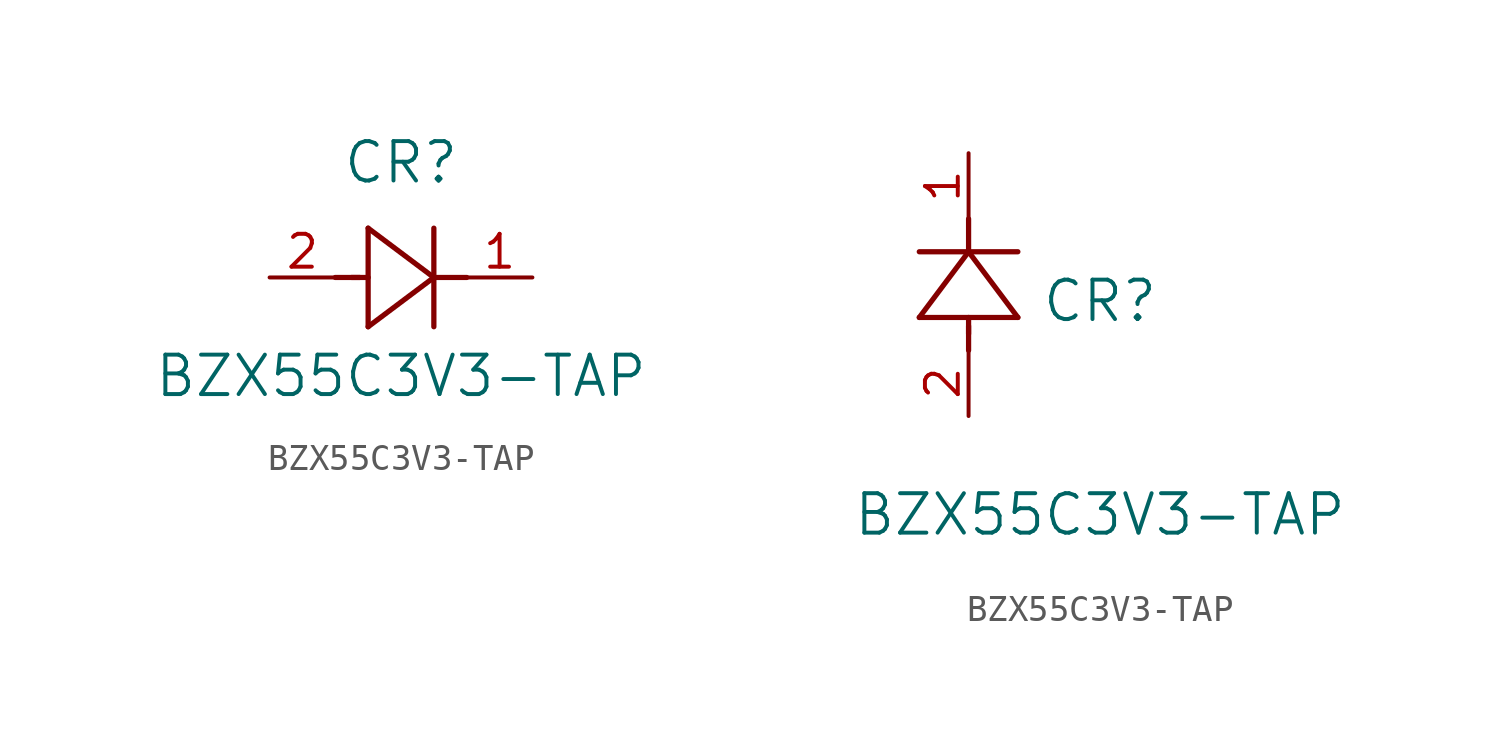
<source format=kicad_sym>
(kicad_symbol_lib
  (version 20211014)
  (generator kicad_symbol_editor)
  (symbol "BZX55C3V3-TAP"
    (pin_names
      (offset 0.254))
    (property "Reference" "CR"
      (at 5.08 4.445 0)
      (effects (font (size 1.524 1.524))))
    (property "Value" "BZX55C3V3-TAP"
      (at 5.08 -3.81 0)
      (effects (font (size 1.524 1.524))))
    (symbol "BZX55C3V3-TAP_1_1"
      (polyline (pts (xy 2.54 0) (xy 3.48 0)) (stroke (width 0.203) (type default) (color 0 0 0 0)) (fill (type none)))
      (polyline (pts (xy 3.81 1.905) (xy 3.81 -1.905)) (stroke (width 0.203) (type default) (color 0 0 0 0)) (fill (type none)))
      (polyline (pts (xy 3.175 0) (xy 3.81 0)) (stroke (width 0.203) (type default) (color 0 0 0 0)) (fill (type none)))
      (polyline (pts (xy 6.35 -1.905) (xy 6.35 1.905)) (stroke (width 0.203) (type default) (color 0 0 0 0)) (fill (type none)))
      (polyline (pts (xy 6.35 0) (xy 7.62 0)) (stroke (width 0.203) (type default) (color 0 0 0 0)) (fill (type none)))
      (polyline (pts (xy 6.35 0) (xy 3.81 1.905)) (stroke (width 0.203) (type default) (color 0 0 0 0)) (fill (type none)))
      (polyline (pts (xy 3.81 -1.905) (xy 6.35 0)) (stroke (width 0.203) (type default) (color 0 0 0 0)) (fill (type none)))
      (pin unspecified line (at 0 0 0) (length 2.54) (name "" (effects (font (size 1.27 1.27)))) (number "2" (effects (font (size 1.27 1.27)))))
      (pin unspecified line (at 10.16 0 180) (length 2.54) (name "" (effects (font (size 1.27 1.27)))) (number "1" (effects (font (size 1.27 1.27))))))
    (symbol "BZX55C3V3-TAP_1_2"
      (polyline (pts (xy 0 2.54) (xy 0 3.48)) (stroke (width 0.203) (type default) (color 0 0 0 0)) (fill (type none)))
      (polyline (pts (xy -1.905 3.81) (xy 1.905 3.81)) (stroke (width 0.203) (type default) (color 0 0 0 0)) (fill (type none)))
      (polyline (pts (xy 0 3.175) (xy 0 3.81)) (stroke (width 0.203) (type default) (color 0 0 0 0)) (fill (type none)))
      (polyline (pts (xy 1.905 6.35) (xy -1.905 6.35)) (stroke (width 0.203) (type default) (color 0 0 0 0)) (fill (type none)))
      (polyline (pts (xy 0 6.35) (xy 0 7.62)) (stroke (width 0.203) (type default) (color 0 0 0 0)) (fill (type none)))
      (polyline (pts (xy 0 6.35) (xy -1.905 3.81)) (stroke (width 0.203) (type default) (color 0 0 0 0)) (fill (type none)))
      (polyline (pts (xy 1.905 3.81) (xy 0 6.35)) (stroke (width 0.203) (type default) (color 0 0 0 0)) (fill (type none)))
      (pin unspecified line (at 0 0 90) (length 2.54) (name "" (effects (font (size 1.27 1.27)))) (number "2" (effects (font (size 1.27 1.27)))))
      (pin unspecified line (at 0 10.16 270) (length 2.54) (name "" (effects (font (size 1.27 1.27)))) (number "1" (effects (font (size 1.27 1.27))))))))
</source>
